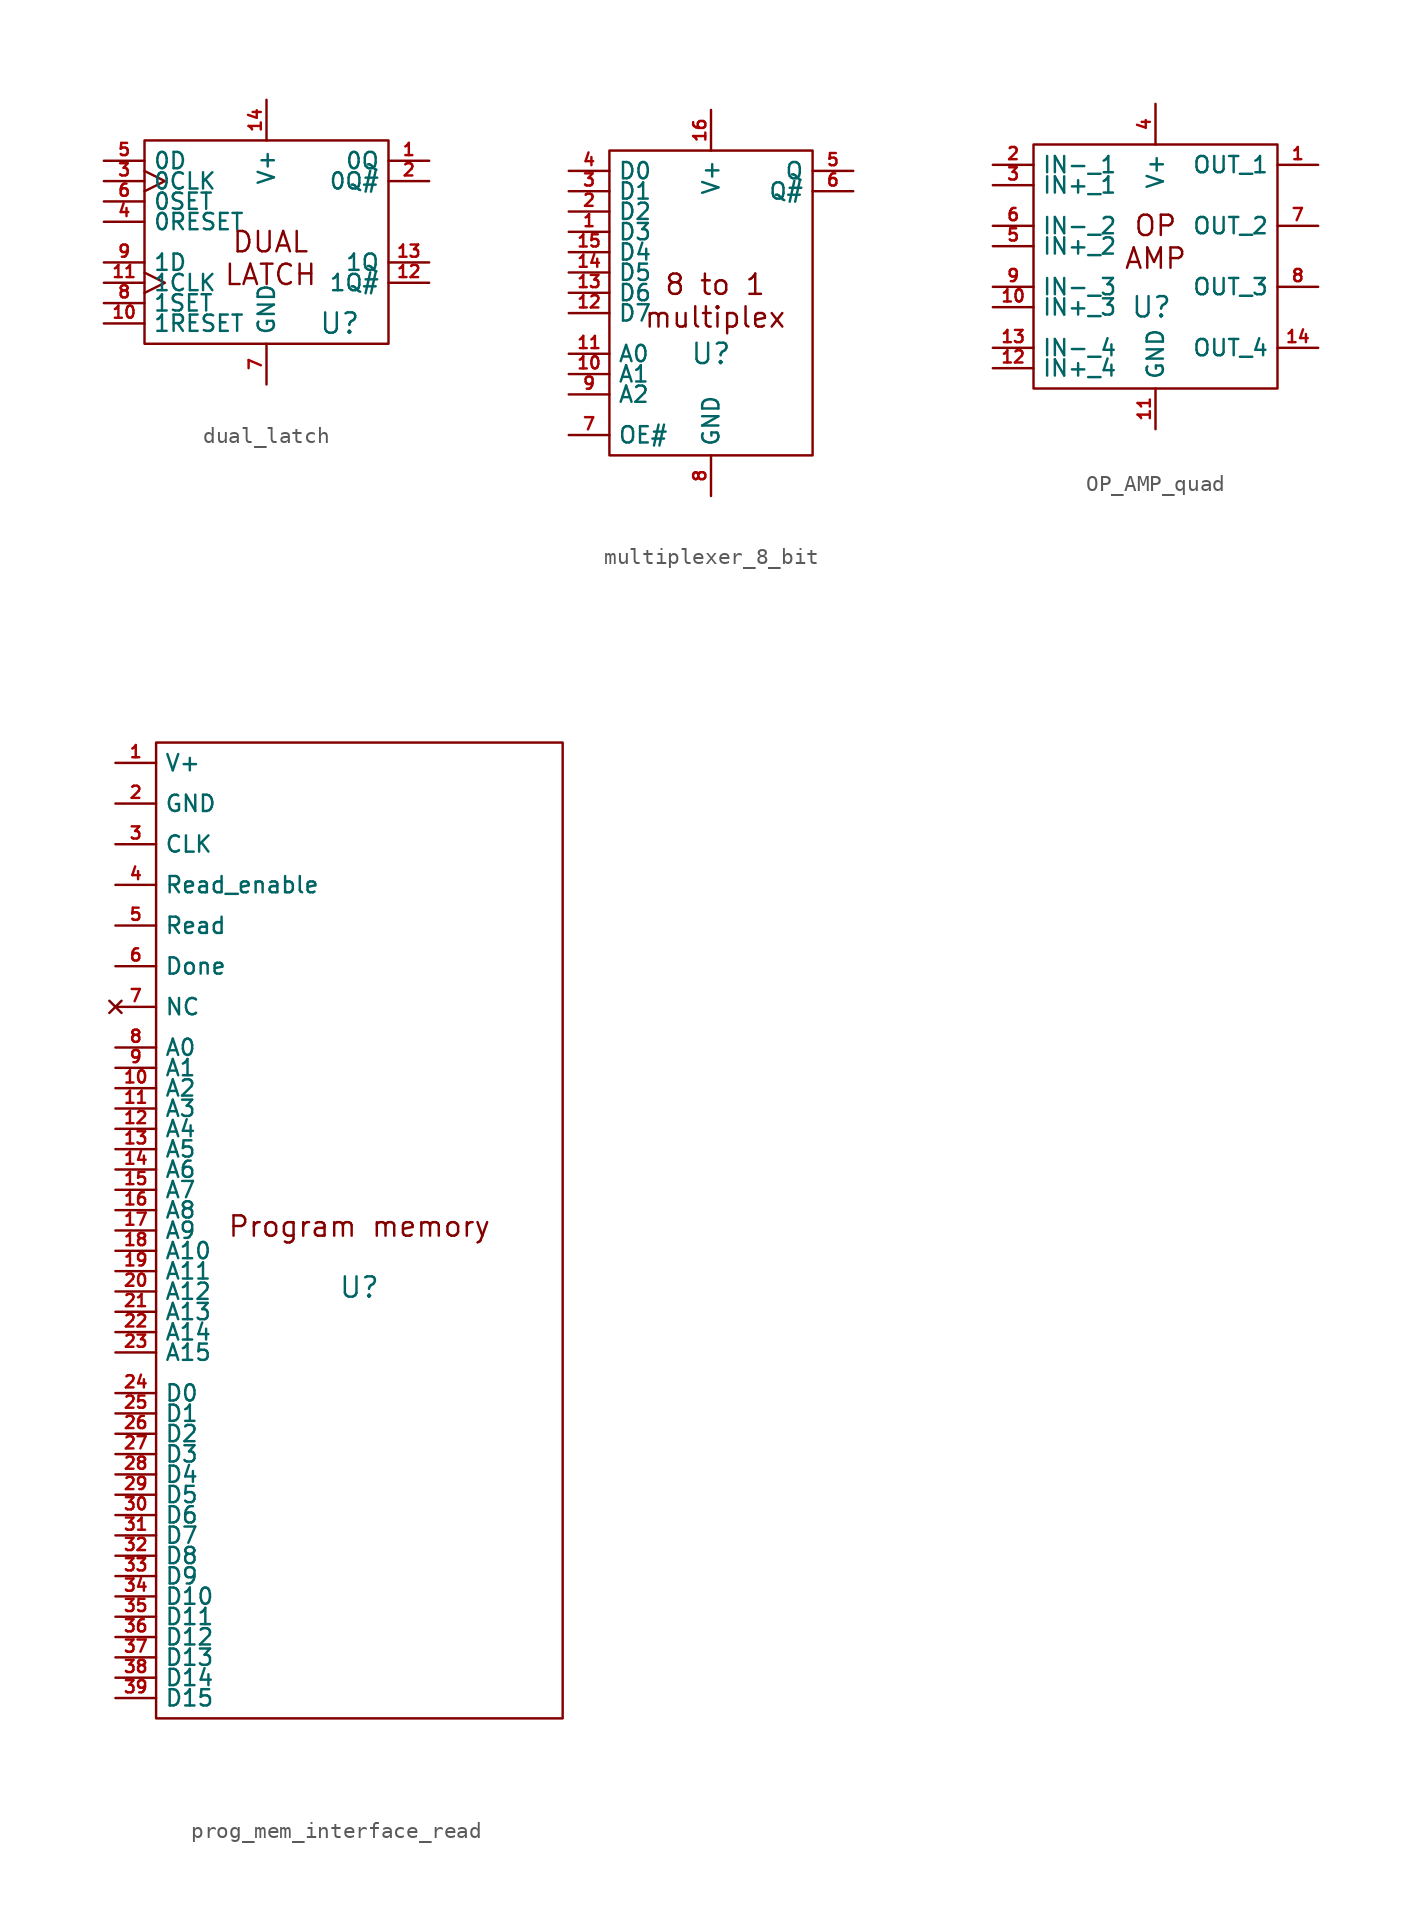
<source format=kicad_sym>
(kicad_symbol_lib
  (version 20231120)
  (generator "kicad_symbol_editor")
  (generator_version "8.0")
  (symbol "dual_latch"
    (property "Reference" "U"
      (at 4.572 -5.08 0)
      (effects (font (size 1.27 1.27))))
    (property "Value" ""
      (at -5.08 -1.27 0)
      (effects (font (size 1.27 1.27))))
    (symbol "dual_latch_0_1"
      (rectangle (start -7.62 6.35) (end 7.62 -6.35) (stroke (width 0) (type default)) (fill (type none))))
    (symbol "dual_latch_1_1"
      (text "DUAL\nLATCH" (at 0.254 -1.016 0) (effects (font (size 1.27 1.27))))
      (pin output line (at 10.16 5.08 180) (length 2.54) (name "0Q" (effects (font (size 1.016 1.016)))) (number "1" (effects (font (size 0.762 0.762)))))
      (pin input line (at -10.16 -5.08 0) (length 2.54) (name "1RESET" (effects (font (size 1.016 1.016)))) (number "10" (effects (font (size 0.762 0.762)))))
      (pin input clock (at -10.16 -2.54 0) (length 2.54) (name "1CLK" (effects (font (size 1.016 1.016)))) (number "11" (effects (font (size 0.762 0.762)))))
      (pin output line (at 10.16 -2.54 180) (length 2.54) (name "1Q#" (effects (font (size 1.016 1.016)))) (number "12" (effects (font (size 0.762 0.762)))))
      (pin output line (at 10.16 -1.27 180) (length 2.54) (name "1Q" (effects (font (size 1.016 1.016)))) (number "13" (effects (font (size 0.762 0.762)))))
      (pin power_in line (at 0 8.89 270) (length 2.54) (name "V+" (effects (font (size 1.016 1.016)))) (number "14" (effects (font (size 0.762 0.762)))))
      (pin output line (at 10.16 3.81 180) (length 2.54) (name "0Q#" (effects (font (size 1.016 1.016)))) (number "2" (effects (font (size 0.762 0.762)))))
      (pin input clock (at -10.16 3.81 0) (length 2.54) (name "0CLK" (effects (font (size 1.016 1.016)))) (number "3" (effects (font (size 0.762 0.762)))))
      (pin input line (at -10.16 1.27 0) (length 2.54) (name "0RESET" (effects (font (size 1.016 1.016)))) (number "4" (effects (font (size 0.762 0.762)))))
      (pin input line (at -10.16 5.08 0) (length 2.54) (name "0D" (effects (font (size 1.016 1.016)))) (number "5" (effects (font (size 0.762 0.762)))))
      (pin input line (at -10.16 2.54 0) (length 2.54) (name "0SET" (effects (font (size 1.016 1.016)))) (number "6" (effects (font (size 0.762 0.762)))))
      (pin power_in line (at 0 -8.89 90) (length 2.54) (name "GND" (effects (font (size 1.016 1.016)))) (number "7" (effects (font (size 0.762 0.762)))))
      (pin input line (at -10.16 -3.81 0) (length 2.54) (name "1SET" (effects (font (size 1.016 1.016)))) (number "8" (effects (font (size 0.762 0.762)))))
      (pin input line (at -10.16 -1.27 0) (length 2.54) (name "1D" (effects (font (size 1.016 1.016)))) (number "9" (effects (font (size 0.762 0.762)))))))
  (symbol "multiplexer_8_bit"
    (property "Reference" "U"
      (at 0 -2.54 0)
      (effects (font (size 1.27 1.27))))
    (property "Value" ""
      (at -2.54 -3.81 0)
      (effects (font (size 1.27 1.27))))
    (symbol "multiplexer_8_bit_0_1"
      (rectangle (start -6.35 10.16) (end 6.35 -8.89) (stroke (width 0) (type default)) (fill (type none))))
    (symbol "multiplexer_8_bit_1_1"
      (text "8 to 1\nmultiplex" (at 0.254 0.762 0) (effects (font (size 1.27 1.27))))
      (pin input line (at -8.89 5.08 0) (length 2.54) (name "D3" (effects (font (size 1.016 1.016)))) (number "1" (effects (font (size 0.762 0.762)))))
      (pin input line (at -8.89 -3.81 0) (length 2.54) (name "A1" (effects (font (size 1.016 1.016)))) (number "10" (effects (font (size 0.762 0.762)))))
      (pin input line (at -8.89 -2.54 0) (length 2.54) (name "A0" (effects (font (size 1.016 1.016)))) (number "11" (effects (font (size 0.762 0.762)))))
      (pin input line (at -8.89 0 0) (length 2.54) (name "D7" (effects (font (size 1.016 1.016)))) (number "12" (effects (font (size 0.762 0.762)))))
      (pin input line (at -8.89 1.27 0) (length 2.54) (name "D6" (effects (font (size 1.016 1.016)))) (number "13" (effects (font (size 0.762 0.762)))))
      (pin input line (at -8.89 2.54 0) (length 2.54) (name "D5" (effects (font (size 1.016 1.016)))) (number "14" (effects (font (size 0.762 0.762)))))
      (pin input line (at -8.89 3.81 0) (length 2.54) (name "D4" (effects (font (size 1.016 1.016)))) (number "15" (effects (font (size 0.762 0.762)))))
      (pin power_in line (at 0 12.7 270) (length 2.54) (name "V+" (effects (font (size 1.016 1.016)))) (number "16" (effects (font (size 0.762 0.762)))))
      (pin input line (at -8.89 6.35 0) (length 2.54) (name "D2" (effects (font (size 1.016 1.016)))) (number "2" (effects (font (size 0.762 0.762)))))
      (pin input line (at -8.89 7.62 0) (length 2.54) (name "D1" (effects (font (size 1.016 1.016)))) (number "3" (effects (font (size 0.762 0.762)))))
      (pin input line (at -8.89 8.89 0) (length 2.54) (name "D0" (effects (font (size 1.016 1.016)))) (number "4" (effects (font (size 0.762 0.762)))))
      (pin output line (at 8.89 8.89 180) (length 2.54) (name "Q" (effects (font (size 1.016 1.016)))) (number "5" (effects (font (size 0.762 0.762)))))
      (pin output line (at 8.89 7.62 180) (length 2.54) (name "Q#" (effects (font (size 1.016 1.016)))) (number "6" (effects (font (size 0.762 0.762)))))
      (pin input line (at -8.89 -7.62 0) (length 2.54) (name "OE#" (effects (font (size 1.016 1.016)))) (number "7" (effects (font (size 0.762 0.762)))))
      (pin power_in line (at 0 -11.43 90) (length 2.54) (name "GND" (effects (font (size 1.016 1.016)))) (number "8" (effects (font (size 0.762 0.762)))))
      (pin input line (at -8.89 -5.08 0) (length 2.54) (name "A2" (effects (font (size 1.016 1.016)))) (number "9" (effects (font (size 0.762 0.762)))))))
  (symbol "OP_AMP_quad"
    (property "Reference" "U"
      (at -0.254 -2.54 0)
      (effects (font (size 1.27 1.27))))
    (property "Value" ""
      (at -1.27 -2.54 0)
      (effects (font (size 1.27 1.27))))
    (symbol "OP_AMP_quad_1_1"
      (rectangle (start -7.62 7.62) (end 7.62 -7.62) (stroke (width 0) (type default)) (fill (type none)))
      (text "OP\nAMP" (at 0 1.524 0) (effects (font (size 1.27 1.27))))
      (pin output line (at 10.16 6.35 180) (length 2.54) (name "OUT_1" (effects (font (size 1.016 1.016)))) (number "1" (effects (font (size 0.762 0.762)))))
      (pin input line (at -10.16 -2.54 0) (length 2.54) (name "IN+_3" (effects (font (size 1.016 1.016)))) (number "10" (effects (font (size 0.762 0.762)))))
      (pin power_in line (at 0 -10.16 90) (length 2.54) (name "GND" (effects (font (size 1.016 1.016)))) (number "11" (effects (font (size 0.762 0.762)))))
      (pin input line (at -10.16 -6.35 0) (length 2.54) (name "IN+_4" (effects (font (size 1.016 1.016)))) (number "12" (effects (font (size 0.762 0.762)))))
      (pin input line (at -10.16 -5.08 0) (length 2.54) (name "IN-_4" (effects (font (size 1.016 1.016)))) (number "13" (effects (font (size 0.762 0.762)))))
      (pin output line (at 10.16 -5.08 180) (length 2.54) (name "OUT_4" (effects (font (size 1.016 1.016)))) (number "14" (effects (font (size 0.762 0.762)))))
      (pin input line (at -10.16 6.35 0) (length 2.54) (name "IN-_1" (effects (font (size 1.016 1.016)))) (number "2" (effects (font (size 0.762 0.762)))))
      (pin input line (at -10.16 5.08 0) (length 2.54) (name "IN+_1" (effects (font (size 1.016 1.016)))) (number "3" (effects (font (size 0.762 0.762)))))
      (pin power_in line (at 0 10.16 270) (length 2.54) (name "V+" (effects (font (size 1.016 1.016)))) (number "4" (effects (font (size 0.762 0.762)))))
      (pin input line (at -10.16 1.27 0) (length 2.54) (name "IN+_2" (effects (font (size 1.016 1.016)))) (number "5" (effects (font (size 0.762 0.762)))))
      (pin input line (at -10.16 2.54 0) (length 2.54) (name "IN-_2" (effects (font (size 1.016 1.016)))) (number "6" (effects (font (size 0.762 0.762)))))
      (pin output line (at 10.16 2.54 180) (length 2.54) (name "OUT_2" (effects (font (size 1.016 1.016)))) (number "7" (effects (font (size 0.762 0.762)))))
      (pin output line (at 10.16 -1.27 180) (length 2.54) (name "OUT_3" (effects (font (size 1.016 1.016)))) (number "8" (effects (font (size 0.762 0.762)))))
      (pin input line (at -10.16 -1.27 0) (length 2.54) (name "IN-_3" (effects (font (size 1.016 1.016)))) (number "9" (effects (font (size 0.762 0.762)))))))
  (symbol "prog_mem_interface_read"
    (property "Reference" "U"
      (at 0 -2.286 0)
      (effects (font (size 1.27 1.27))))
    (property "Value" ""
      (at -12.7 10.16 0)
      (effects (font (size 1.27 1.27))))
    (symbol "prog_mem_interface_read_0_1"
      (rectangle (start -12.7 31.75) (end 12.7 -29.21) (stroke (width 0) (type default)) (fill (type none))))
    (symbol "prog_mem_interface_read_1_1"
      (text "Program memory" (at 0 1.524 0) (effects (font (size 1.27 1.27))))
      (pin bidirectional line (at -15.24 30.48 0) (length 2.54) (name "V+" (effects (font (size 1.016 1.016)))) (number "1" (effects (font (size 0.762 0.762)))))
      (pin bidirectional line (at -15.24 10.16 0) (length 2.54) (name "A2" (effects (font (size 1.016 1.016)))) (number "10" (effects (font (size 0.762 0.762)))))
      (pin bidirectional line (at -15.24 8.89 0) (length 2.54) (name "A3" (effects (font (size 1.016 1.016)))) (number "11" (effects (font (size 0.762 0.762)))))
      (pin bidirectional line (at -15.24 7.62 0) (length 2.54) (name "A4" (effects (font (size 1.016 1.016)))) (number "12" (effects (font (size 0.762 0.762)))))
      (pin bidirectional line (at -15.24 6.35 0) (length 2.54) (name "A5" (effects (font (size 1.016 1.016)))) (number "13" (effects (font (size 0.762 0.762)))))
      (pin bidirectional line (at -15.24 5.08 0) (length 2.54) (name "A6" (effects (font (size 1.016 1.016)))) (number "14" (effects (font (size 0.762 0.762)))))
      (pin bidirectional line (at -15.24 3.81 0) (length 2.54) (name "A7" (effects (font (size 1.016 1.016)))) (number "15" (effects (font (size 0.762 0.762)))))
      (pin bidirectional line (at -15.24 2.54 0) (length 2.54) (name "A8" (effects (font (size 1.016 1.016)))) (number "16" (effects (font (size 0.762 0.762)))))
      (pin bidirectional line (at -15.24 1.27 0) (length 2.54) (name "A9" (effects (font (size 1.016 1.016)))) (number "17" (effects (font (size 0.762 0.762)))))
      (pin bidirectional line (at -15.24 0 0) (length 2.54) (name "A10" (effects (font (size 1.016 1.016)))) (number "18" (effects (font (size 0.762 0.762)))))
      (pin bidirectional line (at -15.24 -1.27 0) (length 2.54) (name "A11" (effects (font (size 1.016 1.016)))) (number "19" (effects (font (size 0.762 0.762)))))
      (pin bidirectional line (at -15.24 27.94 0) (length 2.54) (name "GND" (effects (font (size 1.016 1.016)))) (number "2" (effects (font (size 0.762 0.762)))))
      (pin bidirectional line (at -15.24 -2.54 0) (length 2.54) (name "A12" (effects (font (size 1.016 1.016)))) (number "20" (effects (font (size 0.762 0.762)))))
      (pin bidirectional line (at -15.24 -3.81 0) (length 2.54) (name "A13" (effects (font (size 1.016 1.016)))) (number "21" (effects (font (size 0.762 0.762)))))
      (pin bidirectional line (at -15.24 -5.08 0) (length 2.54) (name "A14" (effects (font (size 1.016 1.016)))) (number "22" (effects (font (size 0.762 0.762)))))
      (pin bidirectional line (at -15.24 -6.35 0) (length 2.54) (name "A15" (effects (font (size 1.016 1.016)))) (number "23" (effects (font (size 0.762 0.762)))))
      (pin bidirectional line (at -15.24 -8.89 0) (length 2.54) (name "D0" (effects (font (size 1.016 1.016)))) (number "24" (effects (font (size 0.762 0.762)))))
      (pin bidirectional line (at -15.24 -10.16 0) (length 2.54) (name "D1" (effects (font (size 1.016 1.016)))) (number "25" (effects (font (size 0.762 0.762)))))
      (pin bidirectional line (at -15.24 -11.43 0) (length 2.54) (name "D2" (effects (font (size 1.016 1.016)))) (number "26" (effects (font (size 0.762 0.762)))))
      (pin bidirectional line (at -15.24 -12.7 0) (length 2.54) (name "D3" (effects (font (size 1.016 1.016)))) (number "27" (effects (font (size 0.762 0.762)))))
      (pin bidirectional line (at -15.24 -13.97 0) (length 2.54) (name "D4" (effects (font (size 1.016 1.016)))) (number "28" (effects (font (size 0.762 0.762)))))
      (pin bidirectional line (at -15.24 -15.24 0) (length 2.54) (name "D5" (effects (font (size 1.016 1.016)))) (number "29" (effects (font (size 0.762 0.762)))))
      (pin bidirectional line (at -15.24 25.4 0) (length 2.54) (name "CLK" (effects (font (size 1.016 1.016)))) (number "3" (effects (font (size 0.762 0.762)))))
      (pin bidirectional line (at -15.24 -16.51 0) (length 2.54) (name "D6" (effects (font (size 1.016 1.016)))) (number "30" (effects (font (size 0.762 0.762)))))
      (pin bidirectional line (at -15.24 -17.78 0) (length 2.54) (name "D7" (effects (font (size 1.016 1.016)))) (number "31" (effects (font (size 0.762 0.762)))))
      (pin bidirectional line (at -15.24 -19.05 0) (length 2.54) (name "D8" (effects (font (size 1.016 1.016)))) (number "32" (effects (font (size 0.762 0.762)))))
      (pin bidirectional line (at -15.24 -20.32 0) (length 2.54) (name "D9" (effects (font (size 1.016 1.016)))) (number "33" (effects (font (size 0.762 0.762)))))
      (pin bidirectional line (at -15.24 -21.59 0) (length 2.54) (name "D10" (effects (font (size 1.016 1.016)))) (number "34" (effects (font (size 0.762 0.762)))))
      (pin bidirectional line (at -15.24 -22.86 0) (length 2.54) (name "D11" (effects (font (size 1.016 1.016)))) (number "35" (effects (font (size 0.762 0.762)))))
      (pin bidirectional line (at -15.24 -24.13 0) (length 2.54) (name "D12" (effects (font (size 1.016 1.016)))) (number "36" (effects (font (size 0.762 0.762)))))
      (pin bidirectional line (at -15.24 -25.4 0) (length 2.54) (name "D13" (effects (font (size 1.016 1.016)))) (number "37" (effects (font (size 0.762 0.762)))))
      (pin bidirectional line (at -15.24 -26.67 0) (length 2.54) (name "D14" (effects (font (size 1.016 1.016)))) (number "38" (effects (font (size 0.762 0.762)))))
      (pin bidirectional line (at -15.24 -27.94 0) (length 2.54) (name "D15" (effects (font (size 1.016 1.016)))) (number "39" (effects (font (size 0.762 0.762)))))
      (pin bidirectional line (at -15.24 22.86 0) (length 2.54) (name "Read_enable" (effects (font (size 1.016 1.016)))) (number "4" (effects (font (size 0.762 0.762)))))
      (pin bidirectional line (at -15.24 20.32 0) (length 2.54) (name "Read" (effects (font (size 1.016 1.016)))) (number "5" (effects (font (size 0.762 0.762)))))
      (pin bidirectional line (at -15.24 17.78 0) (length 2.54) (name "Done" (effects (font (size 1.016 1.016)))) (number "6" (effects (font (size 0.762 0.762)))))
      (pin no_connect line (at -15.24 15.24 0) (length 2.54) (name "NC" (effects (font (size 1.016 1.016)))) (number "7" (effects (font (size 0.762 0.762)))))
      (pin bidirectional line (at -15.24 12.7 0) (length 2.54) (name "A0" (effects (font (size 1.016 1.016)))) (number "8" (effects (font (size 0.762 0.762)))))
      (pin bidirectional line (at -15.24 11.43 0) (length 2.54) (name "A1" (effects (font (size 1.016 1.016)))) (number "9" (effects (font (size 0.762 0.762))))))))
</source>
